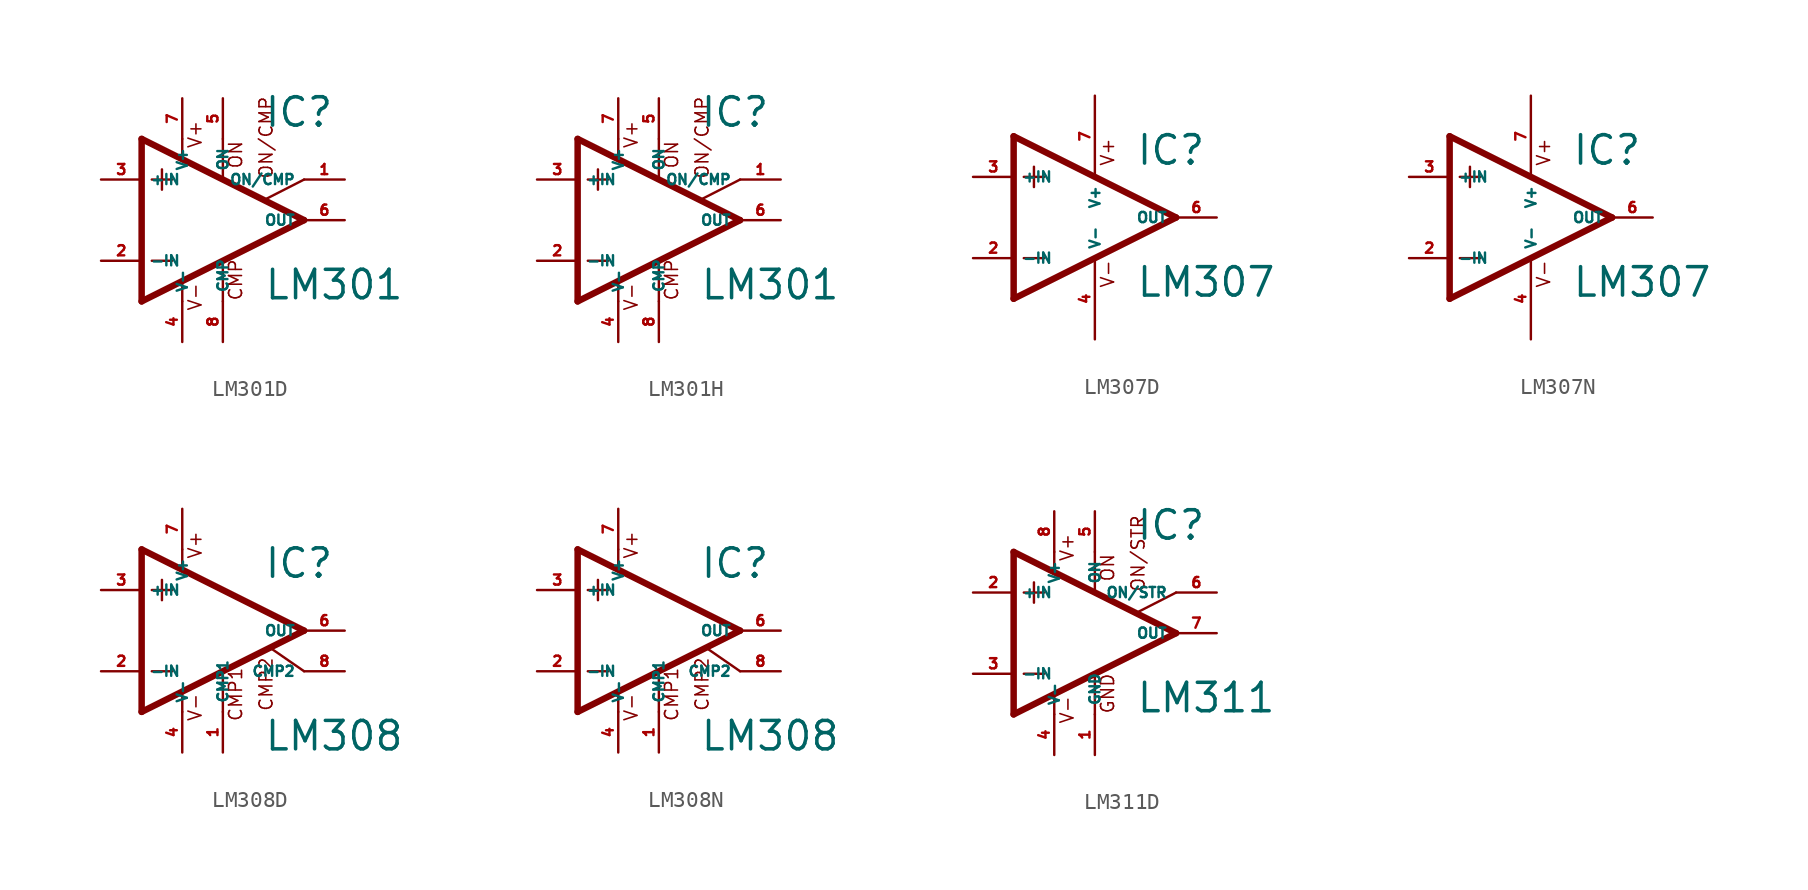
<source format=kicad_sym>
(kicad_symbol_lib
  (version 20220914)
  (generator Eagle2Kicad)
  (symbol "LM301D"
    (property "Reference" "IC"
      (at 2.54 5.715 0)
      (effects (font (size 1.778 1.778) (thickness 0.22)) (justify left bottom)))
    (property "Value" "LM301"
      (at 2.54 -5.08 0)
      (effects (font (size 1.778 1.778) (thickness 0.22)) (justify left bottom)))
    (polyline
      (pts (xy -3.81 3.175) (xy -3.81 1.905))
      (stroke (width 0.152) (type default))
      (fill (type none)))
    (polyline
      (pts (xy -4.445 2.54) (xy -3.175 2.54))
      (stroke (width 0.152) (type default))
      (fill (type none)))
    (polyline
      (pts (xy -4.445 -2.54) (xy -3.175 -2.54))
      (stroke (width 0.152) (type default))
      (fill (type none)))
    (polyline
      (pts (xy -5.08 5.08) (xy -5.08 -5.08))
      (stroke (width 0.406) (type default))
      (fill (type none)))
    (polyline
      (pts (xy -2.54 5.08) (xy -2.54 3.886))
      (stroke (width 0.152) (type default))
      (fill (type none)))
    (polyline
      (pts (xy 0 5.08) (xy 0 2.616))
      (stroke (width 0.152) (type default))
      (fill (type none)))
    (polyline
      (pts (xy 0 -5.08) (xy 0 -2.616))
      (stroke (width 0.152) (type default))
      (fill (type none)))
    (polyline
      (pts (xy 2.692 1.321) (xy 5.08 2.54))
      (stroke (width 0.152) (type default))
      (fill (type none)))
    (polyline
      (pts (xy -5.08 5.08) (xy 5.08 0))
      (stroke (width 0.406) (type default))
      (fill (type none)))
    (polyline
      (pts (xy -2.54 -3.886) (xy -2.54 -5.08))
      (stroke (width 0.152) (type default))
      (fill (type none)))
    (polyline
      (pts (xy -5.08 -5.08) (xy 5.08 0))
      (stroke (width 0.406) (type default))
      (fill (type none)))
    (text "ON"
      (at 1.27 3.175 900)
      (effects (font (size 0.813 0.813) (thickness 0.10)) (justify left bottom)))
    (text "CMP"
      (at 1.27 -5.08 900)
      (effects (font (size 0.813 0.813) (thickness 0.10)) (justify left bottom)))
    (text "ON/CMP"
      (at 3.175 2.54 900)
      (effects (font (size 0.813 0.813) (thickness 0.10)) (justify left bottom)))
    (text "V+"
      (at -1.27 4.445 900)
      (effects (font (size 0.813 0.813) (thickness 0.10)) (justify left bottom)))
    (text "V-"
      (at -1.27 -5.715 900)
      (effects (font (size 0.813 0.813) (thickness 0.10)) (justify left bottom)))
    (pin passive line
      (at 7.62 2.54 180)
      (length 2.54)
      (name "ON/CMP" (effects (font (size 0.635 0.635) (thickness 0.08)) (justify left bottom)))
      (number "1" (effects (font (size 0.635 0.635) (thickness 0.08)) (justify left bottom))))
    (pin input line
      (at -7.62 -2.54 0)
      (length 2.54)
      (name "-IN" (effects (font (size 0.635 0.635) (thickness 0.08)) (justify left bottom)))
      (number "2" (effects (font (size 0.635 0.635) (thickness 0.08)) (justify left bottom))))
    (pin input line
      (at -7.62 2.54 0)
      (length 2.54)
      (name "+IN" (effects (font (size 0.635 0.635) (thickness 0.08)) (justify left bottom)))
      (number "3" (effects (font (size 0.635 0.635) (thickness 0.08)) (justify left bottom))))
    (pin passive line
      (at 0 7.62 270)
      (length 2.54)
      (name "ON" (effects (font (size 0.635 0.635) (thickness 0.08)) (justify left bottom)))
      (number "5" (effects (font (size 0.635 0.635) (thickness 0.08)) (justify left bottom))))
    (pin output line
      (at 7.62 0 180)
      (length 2.54)
      (name "OUT" (effects (font (size 0.635 0.635) (thickness 0.08)) (justify left bottom)))
      (number "6" (effects (font (size 0.635 0.635) (thickness 0.08)) (justify left bottom))))
    (pin passive line
      (at 0 -7.62 90)
      (length 2.54)
      (name "CMP" (effects (font (size 0.635 0.635) (thickness 0.08)) (justify left bottom)))
      (number "8" (effects (font (size 0.635 0.635) (thickness 0.08)) (justify left bottom))))
    (pin unspecified line
      (at -2.54 7.62 270)
      (length 2.54)
      (name "V+" (effects (font (size 0.635 0.635) (thickness 0.08)) (justify left bottom)))
      (number "7" (effects (font (size 0.635 0.635) (thickness 0.08)) (justify left bottom))))
    (pin unspecified line
      (at -2.54 -7.62 90)
      (length 2.54)
      (name "V-" (effects (font (size 0.635 0.635) (thickness 0.08)) (justify left bottom)))
      (number "4" (effects (font (size 0.635 0.635) (thickness 0.08)) (justify left bottom)))))
  (symbol "LM301H"
    (property "Reference" "IC"
      (at 2.54 5.715 0)
      (effects (font (size 1.778 1.778) (thickness 0.22)) (justify left bottom)))
    (property "Value" "LM301"
      (at 2.54 -5.08 0)
      (effects (font (size 1.778 1.778) (thickness 0.22)) (justify left bottom)))
    (polyline
      (pts (xy -3.81 3.175) (xy -3.81 1.905))
      (stroke (width 0.152) (type default))
      (fill (type none)))
    (polyline
      (pts (xy -4.445 2.54) (xy -3.175 2.54))
      (stroke (width 0.152) (type default))
      (fill (type none)))
    (polyline
      (pts (xy -4.445 -2.54) (xy -3.175 -2.54))
      (stroke (width 0.152) (type default))
      (fill (type none)))
    (polyline
      (pts (xy -5.08 5.08) (xy -5.08 -5.08))
      (stroke (width 0.406) (type default))
      (fill (type none)))
    (polyline
      (pts (xy -2.54 5.08) (xy -2.54 3.886))
      (stroke (width 0.152) (type default))
      (fill (type none)))
    (polyline
      (pts (xy 0 5.08) (xy 0 2.616))
      (stroke (width 0.152) (type default))
      (fill (type none)))
    (polyline
      (pts (xy 0 -5.08) (xy 0 -2.616))
      (stroke (width 0.152) (type default))
      (fill (type none)))
    (polyline
      (pts (xy 2.692 1.321) (xy 5.08 2.54))
      (stroke (width 0.152) (type default))
      (fill (type none)))
    (polyline
      (pts (xy -5.08 5.08) (xy 5.08 0))
      (stroke (width 0.406) (type default))
      (fill (type none)))
    (polyline
      (pts (xy -2.54 -3.886) (xy -2.54 -5.08))
      (stroke (width 0.152) (type default))
      (fill (type none)))
    (polyline
      (pts (xy -5.08 -5.08) (xy 5.08 0))
      (stroke (width 0.406) (type default))
      (fill (type none)))
    (text "ON"
      (at 1.27 3.175 900)
      (effects (font (size 0.813 0.813) (thickness 0.10)) (justify left bottom)))
    (text "CMP"
      (at 1.27 -5.08 900)
      (effects (font (size 0.813 0.813) (thickness 0.10)) (justify left bottom)))
    (text "ON/CMP"
      (at 3.175 2.54 900)
      (effects (font (size 0.813 0.813) (thickness 0.10)) (justify left bottom)))
    (text "V+"
      (at -1.27 4.445 900)
      (effects (font (size 0.813 0.813) (thickness 0.10)) (justify left bottom)))
    (text "V-"
      (at -1.27 -5.715 900)
      (effects (font (size 0.813 0.813) (thickness 0.10)) (justify left bottom)))
    (pin passive line
      (at 7.62 2.54 180)
      (length 2.54)
      (name "ON/CMP" (effects (font (size 0.635 0.635) (thickness 0.08)) (justify left bottom)))
      (number "1" (effects (font (size 0.635 0.635) (thickness 0.08)) (justify left bottom))))
    (pin input line
      (at -7.62 -2.54 0)
      (length 2.54)
      (name "-IN" (effects (font (size 0.635 0.635) (thickness 0.08)) (justify left bottom)))
      (number "2" (effects (font (size 0.635 0.635) (thickness 0.08)) (justify left bottom))))
    (pin input line
      (at -7.62 2.54 0)
      (length 2.54)
      (name "+IN" (effects (font (size 0.635 0.635) (thickness 0.08)) (justify left bottom)))
      (number "3" (effects (font (size 0.635 0.635) (thickness 0.08)) (justify left bottom))))
    (pin passive line
      (at 0 7.62 270)
      (length 2.54)
      (name "ON" (effects (font (size 0.635 0.635) (thickness 0.08)) (justify left bottom)))
      (number "5" (effects (font (size 0.635 0.635) (thickness 0.08)) (justify left bottom))))
    (pin output line
      (at 7.62 0 180)
      (length 2.54)
      (name "OUT" (effects (font (size 0.635 0.635) (thickness 0.08)) (justify left bottom)))
      (number "6" (effects (font (size 0.635 0.635) (thickness 0.08)) (justify left bottom))))
    (pin passive line
      (at 0 -7.62 90)
      (length 2.54)
      (name "CMP" (effects (font (size 0.635 0.635) (thickness 0.08)) (justify left bottom)))
      (number "8" (effects (font (size 0.635 0.635) (thickness 0.08)) (justify left bottom))))
    (pin unspecified line
      (at -2.54 7.62 270)
      (length 2.54)
      (name "V+" (effects (font (size 0.635 0.635) (thickness 0.08)) (justify left bottom)))
      (number "7" (effects (font (size 0.635 0.635) (thickness 0.08)) (justify left bottom))))
    (pin unspecified line
      (at -2.54 -7.62 90)
      (length 2.54)
      (name "V-" (effects (font (size 0.635 0.635) (thickness 0.08)) (justify left bottom)))
      (number "4" (effects (font (size 0.635 0.635) (thickness 0.08)) (justify left bottom)))))
  (symbol "LM307D"
    (property "Reference" "IC"
      (at 2.54 3.175 0)
      (effects (font (size 1.778 1.778) (thickness 0.22)) (justify left bottom)))
    (property "Value" "LM307"
      (at 2.54 -5.08 0)
      (effects (font (size 1.778 1.778) (thickness 0.22)) (justify left bottom)))
    (polyline
      (pts (xy -5.08 5.08) (xy -5.08 -5.08))
      (stroke (width 0.406) (type default))
      (fill (type none)))
    (polyline
      (pts (xy -5.08 -5.08) (xy 5.08 0))
      (stroke (width 0.406) (type default))
      (fill (type none)))
    (polyline
      (pts (xy 5.08 0) (xy -5.08 5.08))
      (stroke (width 0.406) (type default))
      (fill (type none)))
    (polyline
      (pts (xy -3.81 3.175) (xy -3.81 1.905))
      (stroke (width 0.152) (type default))
      (fill (type none)))
    (polyline
      (pts (xy -4.445 2.54) (xy -3.175 2.54))
      (stroke (width 0.152) (type default))
      (fill (type none)))
    (polyline
      (pts (xy -4.445 -2.54) (xy -3.175 -2.54))
      (stroke (width 0.152) (type default))
      (fill (type none)))
    (text "V+"
      (at 1.27 3.175 900)
      (effects (font (size 0.813 0.813) (thickness 0.10)) (justify left bottom)))
    (text "V-"
      (at 1.27 -4.445 900)
      (effects (font (size 0.813 0.813) (thickness 0.10)) (justify left bottom)))
    (pin input line
      (at -7.62 -2.54 0)
      (length 2.54)
      (name "-IN" (effects (font (size 0.635 0.635) (thickness 0.08)) (justify left bottom)))
      (number "2" (effects (font (size 0.635 0.635) (thickness 0.08)) (justify left bottom))))
    (pin input line
      (at -7.62 2.54 0)
      (length 2.54)
      (name "+IN" (effects (font (size 0.635 0.635) (thickness 0.08)) (justify left bottom)))
      (number "3" (effects (font (size 0.635 0.635) (thickness 0.08)) (justify left bottom))))
    (pin output line
      (at 7.62 0 180)
      (length 2.54)
      (name "OUT" (effects (font (size 0.635 0.635) (thickness 0.08)) (justify left bottom)))
      (number "6" (effects (font (size 0.635 0.635) (thickness 0.08)) (justify left bottom))))
    (pin unspecified line
      (at 0 7.62 270)
      (length 5.08)
      (name "V+" (effects (font (size 0.635 0.635) (thickness 0.08)) (justify left bottom)))
      (number "7" (effects (font (size 0.635 0.635) (thickness 0.08)) (justify left bottom))))
    (pin unspecified line
      (at 0 -7.62 90)
      (length 5.08)
      (name "V-" (effects (font (size 0.635 0.635) (thickness 0.08)) (justify left bottom)))
      (number "4" (effects (font (size 0.635 0.635) (thickness 0.08)) (justify left bottom)))))
  (symbol "LM307N"
    (property "Reference" "IC"
      (at 2.54 3.175 0)
      (effects (font (size 1.778 1.778) (thickness 0.22)) (justify left bottom)))
    (property "Value" "LM307"
      (at 2.54 -5.08 0)
      (effects (font (size 1.778 1.778) (thickness 0.22)) (justify left bottom)))
    (polyline
      (pts (xy -5.08 5.08) (xy -5.08 -5.08))
      (stroke (width 0.406) (type default))
      (fill (type none)))
    (polyline
      (pts (xy -5.08 -5.08) (xy 5.08 0))
      (stroke (width 0.406) (type default))
      (fill (type none)))
    (polyline
      (pts (xy 5.08 0) (xy -5.08 5.08))
      (stroke (width 0.406) (type default))
      (fill (type none)))
    (polyline
      (pts (xy -3.81 3.175) (xy -3.81 1.905))
      (stroke (width 0.152) (type default))
      (fill (type none)))
    (polyline
      (pts (xy -4.445 2.54) (xy -3.175 2.54))
      (stroke (width 0.152) (type default))
      (fill (type none)))
    (polyline
      (pts (xy -4.445 -2.54) (xy -3.175 -2.54))
      (stroke (width 0.152) (type default))
      (fill (type none)))
    (text "V+"
      (at 1.27 3.175 900)
      (effects (font (size 0.813 0.813) (thickness 0.10)) (justify left bottom)))
    (text "V-"
      (at 1.27 -4.445 900)
      (effects (font (size 0.813 0.813) (thickness 0.10)) (justify left bottom)))
    (pin input line
      (at -7.62 -2.54 0)
      (length 2.54)
      (name "-IN" (effects (font (size 0.635 0.635) (thickness 0.08)) (justify left bottom)))
      (number "2" (effects (font (size 0.635 0.635) (thickness 0.08)) (justify left bottom))))
    (pin input line
      (at -7.62 2.54 0)
      (length 2.54)
      (name "+IN" (effects (font (size 0.635 0.635) (thickness 0.08)) (justify left bottom)))
      (number "3" (effects (font (size 0.635 0.635) (thickness 0.08)) (justify left bottom))))
    (pin output line
      (at 7.62 0 180)
      (length 2.54)
      (name "OUT" (effects (font (size 0.635 0.635) (thickness 0.08)) (justify left bottom)))
      (number "6" (effects (font (size 0.635 0.635) (thickness 0.08)) (justify left bottom))))
    (pin unspecified line
      (at 0 7.62 270)
      (length 5.08)
      (name "V+" (effects (font (size 0.635 0.635) (thickness 0.08)) (justify left bottom)))
      (number "7" (effects (font (size 0.635 0.635) (thickness 0.08)) (justify left bottom))))
    (pin unspecified line
      (at 0 -7.62 90)
      (length 5.08)
      (name "V-" (effects (font (size 0.635 0.635) (thickness 0.08)) (justify left bottom)))
      (number "4" (effects (font (size 0.635 0.635) (thickness 0.08)) (justify left bottom)))))
  (symbol "LM308D"
    (property "Reference" "IC"
      (at 2.54 3.175 0)
      (effects (font (size 1.778 1.778) (thickness 0.22)) (justify left bottom)))
    (property "Value" "LM308"
      (at 2.54 -7.62 0)
      (effects (font (size 1.778 1.778) (thickness 0.22)) (justify left bottom)))
    (polyline
      (pts (xy 0 -2.616) (xy 0 -5.08))
      (stroke (width 0.152) (type default))
      (fill (type none)))
    (polyline
      (pts (xy -2.54 5.08) (xy -2.54 3.886))
      (stroke (width 0.152) (type default))
      (fill (type none)))
    (polyline
      (pts (xy -5.08 5.08) (xy -5.08 -5.08))
      (stroke (width 0.406) (type default))
      (fill (type none)))
    (polyline
      (pts (xy -5.08 -5.08) (xy 5.08 0))
      (stroke (width 0.406) (type default))
      (fill (type none)))
    (polyline
      (pts (xy 5.08 0) (xy -5.08 5.08))
      (stroke (width 0.406) (type default))
      (fill (type none)))
    (polyline
      (pts (xy -3.81 3.175) (xy -3.81 1.905))
      (stroke (width 0.152) (type default))
      (fill (type none)))
    (polyline
      (pts (xy -4.445 2.54) (xy -3.175 2.54))
      (stroke (width 0.152) (type default))
      (fill (type none)))
    (polyline
      (pts (xy -4.445 -2.54) (xy -3.175 -2.54))
      (stroke (width 0.152) (type default))
      (fill (type none)))
    (polyline
      (pts (xy 5.08 -2.54) (xy 3.023 -1.118))
      (stroke (width 0.152) (type default))
      (fill (type none)))
    (polyline
      (pts (xy -2.54 -3.886) (xy -2.54 -5.08))
      (stroke (width 0.152) (type default))
      (fill (type none)))
    (text "CMP1"
      (at 1.27 -5.715 900)
      (effects (font (size 0.813 0.813) (thickness 0.10)) (justify left bottom)))
    (text "CMP2"
      (at 3.175 -5.08 900)
      (effects (font (size 0.813 0.813) (thickness 0.10)) (justify left bottom)))
    (text "V+"
      (at -1.27 4.445 900)
      (effects (font (size 0.813 0.813) (thickness 0.10)) (justify left bottom)))
    (text "V-"
      (at -1.27 -5.715 900)
      (effects (font (size 0.813 0.813) (thickness 0.10)) (justify left bottom)))
    (pin passive line
      (at 0 -7.62 90)
      (length 2.54)
      (name "CMP1" (effects (font (size 0.635 0.635) (thickness 0.08)) (justify left bottom)))
      (number "1" (effects (font (size 0.635 0.635) (thickness 0.08)) (justify left bottom))))
    (pin input line
      (at -7.62 -2.54 0)
      (length 2.54)
      (name "-IN" (effects (font (size 0.635 0.635) (thickness 0.08)) (justify left bottom)))
      (number "2" (effects (font (size 0.635 0.635) (thickness 0.08)) (justify left bottom))))
    (pin input line
      (at -7.62 2.54 0)
      (length 2.54)
      (name "+IN" (effects (font (size 0.635 0.635) (thickness 0.08)) (justify left bottom)))
      (number "3" (effects (font (size 0.635 0.635) (thickness 0.08)) (justify left bottom))))
    (pin passive line
      (at 7.62 -2.54 180)
      (length 2.54)
      (name "CMP2" (effects (font (size 0.635 0.635) (thickness 0.08)) (justify left bottom)))
      (number "8" (effects (font (size 0.635 0.635) (thickness 0.08)) (justify left bottom))))
    (pin output line
      (at 7.62 0 180)
      (length 2.54)
      (name "OUT" (effects (font (size 0.635 0.635) (thickness 0.08)) (justify left bottom)))
      (number "6" (effects (font (size 0.635 0.635) (thickness 0.08)) (justify left bottom))))
    (pin unspecified line
      (at -2.54 7.62 270)
      (length 2.54)
      (name "V+" (effects (font (size 0.635 0.635) (thickness 0.08)) (justify left bottom)))
      (number "7" (effects (font (size 0.635 0.635) (thickness 0.08)) (justify left bottom))))
    (pin unspecified line
      (at -2.54 -7.62 90)
      (length 2.54)
      (name "V-" (effects (font (size 0.635 0.635) (thickness 0.08)) (justify left bottom)))
      (number "4" (effects (font (size 0.635 0.635) (thickness 0.08)) (justify left bottom)))))
  (symbol "LM308N"
    (property "Reference" "IC"
      (at 2.54 3.175 0)
      (effects (font (size 1.778 1.778) (thickness 0.22)) (justify left bottom)))
    (property "Value" "LM308"
      (at 2.54 -7.62 0)
      (effects (font (size 1.778 1.778) (thickness 0.22)) (justify left bottom)))
    (polyline
      (pts (xy 0 -2.616) (xy 0 -5.08))
      (stroke (width 0.152) (type default))
      (fill (type none)))
    (polyline
      (pts (xy -2.54 5.08) (xy -2.54 3.886))
      (stroke (width 0.152) (type default))
      (fill (type none)))
    (polyline
      (pts (xy -5.08 5.08) (xy -5.08 -5.08))
      (stroke (width 0.406) (type default))
      (fill (type none)))
    (polyline
      (pts (xy -5.08 -5.08) (xy 5.08 0))
      (stroke (width 0.406) (type default))
      (fill (type none)))
    (polyline
      (pts (xy 5.08 0) (xy -5.08 5.08))
      (stroke (width 0.406) (type default))
      (fill (type none)))
    (polyline
      (pts (xy -3.81 3.175) (xy -3.81 1.905))
      (stroke (width 0.152) (type default))
      (fill (type none)))
    (polyline
      (pts (xy -4.445 2.54) (xy -3.175 2.54))
      (stroke (width 0.152) (type default))
      (fill (type none)))
    (polyline
      (pts (xy -4.445 -2.54) (xy -3.175 -2.54))
      (stroke (width 0.152) (type default))
      (fill (type none)))
    (polyline
      (pts (xy 5.08 -2.54) (xy 3.023 -1.118))
      (stroke (width 0.152) (type default))
      (fill (type none)))
    (polyline
      (pts (xy -2.54 -3.886) (xy -2.54 -5.08))
      (stroke (width 0.152) (type default))
      (fill (type none)))
    (text "CMP1"
      (at 1.27 -5.715 900)
      (effects (font (size 0.813 0.813) (thickness 0.10)) (justify left bottom)))
    (text "CMP2"
      (at 3.175 -5.08 900)
      (effects (font (size 0.813 0.813) (thickness 0.10)) (justify left bottom)))
    (text "V+"
      (at -1.27 4.445 900)
      (effects (font (size 0.813 0.813) (thickness 0.10)) (justify left bottom)))
    (text "V-"
      (at -1.27 -5.715 900)
      (effects (font (size 0.813 0.813) (thickness 0.10)) (justify left bottom)))
    (pin passive line
      (at 0 -7.62 90)
      (length 2.54)
      (name "CMP1" (effects (font (size 0.635 0.635) (thickness 0.08)) (justify left bottom)))
      (number "1" (effects (font (size 0.635 0.635) (thickness 0.08)) (justify left bottom))))
    (pin input line
      (at -7.62 -2.54 0)
      (length 2.54)
      (name "-IN" (effects (font (size 0.635 0.635) (thickness 0.08)) (justify left bottom)))
      (number "2" (effects (font (size 0.635 0.635) (thickness 0.08)) (justify left bottom))))
    (pin input line
      (at -7.62 2.54 0)
      (length 2.54)
      (name "+IN" (effects (font (size 0.635 0.635) (thickness 0.08)) (justify left bottom)))
      (number "3" (effects (font (size 0.635 0.635) (thickness 0.08)) (justify left bottom))))
    (pin passive line
      (at 7.62 -2.54 180)
      (length 2.54)
      (name "CMP2" (effects (font (size 0.635 0.635) (thickness 0.08)) (justify left bottom)))
      (number "8" (effects (font (size 0.635 0.635) (thickness 0.08)) (justify left bottom))))
    (pin output line
      (at 7.62 0 180)
      (length 2.54)
      (name "OUT" (effects (font (size 0.635 0.635) (thickness 0.08)) (justify left bottom)))
      (number "6" (effects (font (size 0.635 0.635) (thickness 0.08)) (justify left bottom))))
    (pin unspecified line
      (at -2.54 7.62 270)
      (length 2.54)
      (name "V+" (effects (font (size 0.635 0.635) (thickness 0.08)) (justify left bottom)))
      (number "7" (effects (font (size 0.635 0.635) (thickness 0.08)) (justify left bottom))))
    (pin unspecified line
      (at -2.54 -7.62 90)
      (length 2.54)
      (name "V-" (effects (font (size 0.635 0.635) (thickness 0.08)) (justify left bottom)))
      (number "4" (effects (font (size 0.635 0.635) (thickness 0.08)) (justify left bottom)))))
  (symbol "LM311D"
    (property "Reference" "IC"
      (at 2.54 5.715 0)
      (effects (font (size 1.778 1.778) (thickness 0.22)) (justify left bottom)))
    (property "Value" "LM311"
      (at 2.54 -5.08 0)
      (effects (font (size 1.778 1.778) (thickness 0.22)) (justify left bottom)))
    (polyline
      (pts (xy -3.81 3.175) (xy -3.81 1.905))
      (stroke (width 0.152) (type default))
      (fill (type none)))
    (polyline
      (pts (xy -4.445 2.54) (xy -3.175 2.54))
      (stroke (width 0.152) (type default))
      (fill (type none)))
    (polyline
      (pts (xy -4.445 -2.54) (xy -3.175 -2.54))
      (stroke (width 0.152) (type default))
      (fill (type none)))
    (polyline
      (pts (xy -5.08 5.08) (xy -5.08 -5.08))
      (stroke (width 0.406) (type default))
      (fill (type none)))
    (polyline
      (pts (xy -2.54 5.08) (xy -2.54 3.886))
      (stroke (width 0.152) (type default))
      (fill (type none)))
    (polyline
      (pts (xy 0 5.08) (xy 0 2.616))
      (stroke (width 0.152) (type default))
      (fill (type none)))
    (polyline
      (pts (xy 0 -5.08) (xy 0 -2.616))
      (stroke (width 0.152) (type default))
      (fill (type none)))
    (polyline
      (pts (xy 2.642 1.295) (xy 5.08 2.54))
      (stroke (width 0.152) (type default))
      (fill (type none)))
    (polyline
      (pts (xy -5.08 5.08) (xy 5.08 0))
      (stroke (width 0.406) (type default))
      (fill (type none)))
    (polyline
      (pts (xy -2.54 -3.886) (xy -2.54 -5.08))
      (stroke (width 0.152) (type default))
      (fill (type none)))
    (polyline
      (pts (xy -5.08 -5.08) (xy 5.08 0))
      (stroke (width 0.406) (type default))
      (fill (type none)))
    (text "ON"
      (at 1.27 3.175 900)
      (effects (font (size 0.813 0.813) (thickness 0.10)) (justify left bottom)))
    (text "ON/STR"
      (at 3.175 2.54 900)
      (effects (font (size 0.813 0.813) (thickness 0.10)) (justify left bottom)))
    (text "GND"
      (at 1.27 -5.08 900)
      (effects (font (size 0.813 0.813) (thickness 0.10)) (justify left bottom)))
    (text "V+"
      (at -1.27 4.445 900)
      (effects (font (size 0.813 0.813) (thickness 0.10)) (justify left bottom)))
    (text "V-"
      (at -1.27 -5.715 900)
      (effects (font (size 0.813 0.813) (thickness 0.10)) (justify left bottom)))
    (pin passive line
      (at 7.62 2.54 180)
      (length 2.54)
      (name "ON/STR" (effects (font (size 0.635 0.635) (thickness 0.08)) (justify left bottom)))
      (number "6" (effects (font (size 0.635 0.635) (thickness 0.08)) (justify left bottom))))
    (pin input line
      (at -7.62 -2.54 0)
      (length 2.54)
      (name "-IN" (effects (font (size 0.635 0.635) (thickness 0.08)) (justify left bottom)))
      (number "3" (effects (font (size 0.635 0.635) (thickness 0.08)) (justify left bottom))))
    (pin input line
      (at -7.62 2.54 0)
      (length 2.54)
      (name "+IN" (effects (font (size 0.635 0.635) (thickness 0.08)) (justify left bottom)))
      (number "2" (effects (font (size 0.635 0.635) (thickness 0.08)) (justify left bottom))))
    (pin passive line
      (at 0 7.62 270)
      (length 2.54)
      (name "ON" (effects (font (size 0.635 0.635) (thickness 0.08)) (justify left bottom)))
      (number "5" (effects (font (size 0.635 0.635) (thickness 0.08)) (justify left bottom))))
    (pin output line
      (at 7.62 0 180)
      (length 2.54)
      (name "OUT" (effects (font (size 0.635 0.635) (thickness 0.08)) (justify left bottom)))
      (number "7" (effects (font (size 0.635 0.635) (thickness 0.08)) (justify left bottom))))
    (pin passive line
      (at 0 -7.62 90)
      (length 2.54)
      (name "GND" (effects (font (size 0.635 0.635) (thickness 0.08)) (justify left bottom)))
      (number "1" (effects (font (size 0.635 0.635) (thickness 0.08)) (justify left bottom))))
    (pin unspecified line
      (at -2.54 7.62 270)
      (length 2.54)
      (name "V+" (effects (font (size 0.635 0.635) (thickness 0.08)) (justify left bottom)))
      (number "8" (effects (font (size 0.635 0.635) (thickness 0.08)) (justify left bottom))))
    (pin unspecified line
      (at -2.54 -7.62 90)
      (length 2.54)
      (name "V-" (effects (font (size 0.635 0.635) (thickness 0.08)) (justify left bottom)))
      (number "4" (effects (font (size 0.635 0.635) (thickness 0.08)) (justify left bottom))))))
</source>
